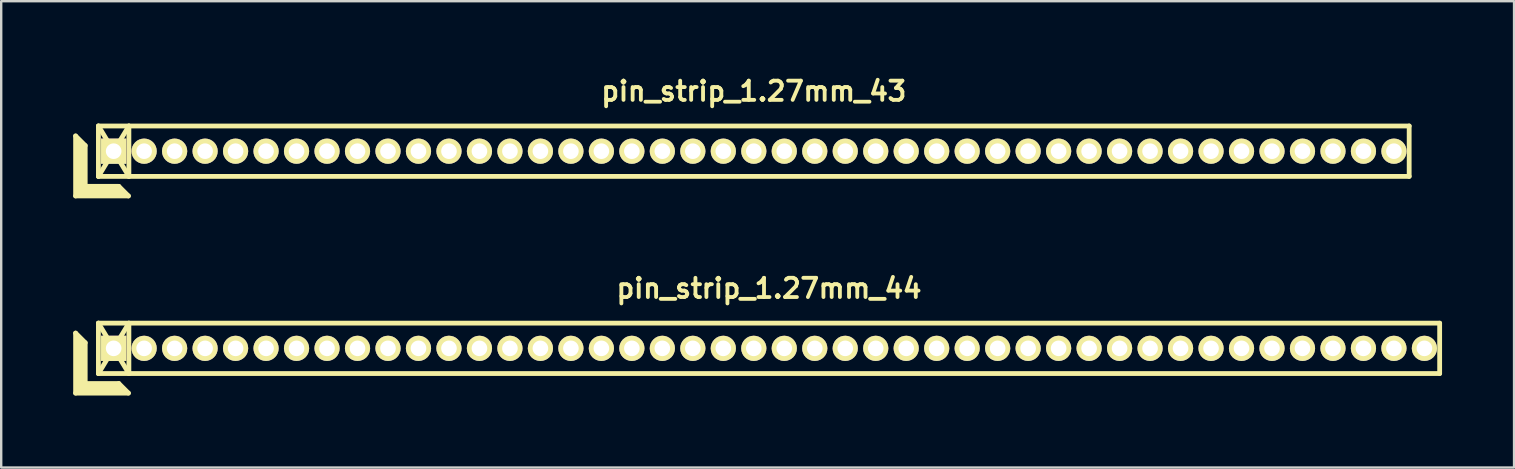
<source format=kicad_pcb>
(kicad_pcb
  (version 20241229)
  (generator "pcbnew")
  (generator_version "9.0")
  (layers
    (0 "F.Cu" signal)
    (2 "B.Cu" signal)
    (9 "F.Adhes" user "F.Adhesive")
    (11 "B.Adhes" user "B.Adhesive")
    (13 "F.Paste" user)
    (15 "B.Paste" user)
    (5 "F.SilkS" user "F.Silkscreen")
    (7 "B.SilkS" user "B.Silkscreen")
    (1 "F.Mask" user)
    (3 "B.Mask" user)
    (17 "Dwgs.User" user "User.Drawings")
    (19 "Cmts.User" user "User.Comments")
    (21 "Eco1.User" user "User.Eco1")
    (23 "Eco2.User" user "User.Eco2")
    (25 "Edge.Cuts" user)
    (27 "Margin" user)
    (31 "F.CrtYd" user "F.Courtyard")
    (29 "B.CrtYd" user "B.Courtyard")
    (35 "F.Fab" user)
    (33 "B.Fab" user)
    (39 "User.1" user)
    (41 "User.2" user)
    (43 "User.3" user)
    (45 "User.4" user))
  (footprint "pin_strip_1.27mm_43"
    (layer "F.Cu")
    (at 28.355 3.249)
    (property "Reference" "pin_strip_1.27mm_43" (at 0 -2.5 0) (layer "F.SilkS") (effects (font (size 0.8 0.8) (thickness 0.16))))
    (attr through_hole)
    (fp_line (start -28.255 -0.635) (end -28.255 1.865) (stroke (width 0.2) (type solid)) (layer "F.SilkS"))
    (fp_line (start -28.255 -0.635) (end -27.855 -0.235) (stroke (width 0.2) (type solid)) (layer "F.SilkS"))
    (fp_line (start -28.255 1.865) (end -26.055 1.865) (stroke (width 0.2) (type solid)) (layer "F.SilkS"))
    (fp_line (start -28.155 1.765) (end -28.155 -0.435) (stroke (width 0.2) (type solid)) (layer "F.SilkS"))
    (fp_line (start -28.155 1.765) (end -26.255 1.765) (stroke (width 0.2) (type solid)) (layer "F.SilkS"))
    (fp_line (start -28.055 1.665) (end -28.055 -0.335) (stroke (width 0.2) (type solid)) (layer "F.SilkS"))
    (fp_line (start -28.055 1.665) (end -26.355 1.665) (stroke (width 0.2) (type solid)) (layer "F.SilkS"))
    (fp_line (start -27.955 1.565) (end -27.955 -0.235) (stroke (width 0.2) (type solid)) (layer "F.SilkS"))
    (fp_line (start -27.955 1.565) (end -26.455 1.565) (stroke (width 0.2) (type solid)) (layer "F.SilkS"))
    (fp_line (start -27.855 1.465) (end -27.855 -0.235) (stroke (width 0.2) (type solid)) (layer "F.SilkS"))
    (fp_line (start -27.855 1.465) (end -26.455 1.465) (stroke (width 0.2) (type solid)) (layer "F.SilkS"))
    (fp_line (start -27.305 -1.05) (end -26.035 1.05) (stroke (width 0.2) (type solid)) (layer "F.SilkS"))
    (fp_line (start -27.305 -1.05) (end 27.305 -1.05) (stroke (width 0.2) (type solid)) (layer "F.SilkS"))
    (fp_line (start -27.305 1.05) (end -27.305 -1.05) (stroke (width 0.2) (type solid)) (layer "F.SilkS"))
    (fp_line (start -27.305 1.05) (end -26.035 -1.05) (stroke (width 0.2) (type solid)) (layer "F.SilkS"))
    (fp_line (start -26.455 1.465) (end -26.055 1.865) (stroke (width 0.2) (type solid)) (layer "F.SilkS"))
    (fp_line (start -26.035 -1.05) (end -26.035 1.05) (stroke (width 0.2) (type solid)) (layer "F.SilkS"))
    (fp_line (start 27.305 -1.05) (end 27.305 1.05) (stroke (width 0.2) (type solid)) (layer "F.SilkS"))
    (fp_line (start 27.305 1.05) (end -27.305 1.05) (stroke (width 0.2) (type solid)) (layer "F.SilkS"))
    (pad "1" thru_hole rect (at -26.67 0) (size 1.05 1.05) (drill 0.65) (layers "*.Cu" "*.Mask" "F.SilkS"))
    (pad "2" thru_hole oval (at -25.4 0) (size 1.05 1.05) (drill 0.65) (layers "*.Cu" "*.Mask" "F.SilkS"))
    (pad "3" thru_hole oval (at -24.13 0) (size 1.05 1.05) (drill 0.65) (layers "*.Cu" "*.Mask" "F.SilkS"))
    (pad "4" thru_hole oval (at -22.86 0) (size 1.05 1.05) (drill 0.65) (layers "*.Cu" "*.Mask" "F.SilkS"))
    (pad "5" thru_hole oval (at -21.59 0) (size 1.05 1.05) (drill 0.65) (layers "*.Cu" "*.Mask" "F.SilkS"))
    (pad "6" thru_hole oval (at -20.32 0) (size 1.05 1.05) (drill 0.65) (layers "*.Cu" "*.Mask" "F.SilkS"))
    (pad "7" thru_hole oval (at -19.05 0) (size 1.05 1.05) (drill 0.65) (layers "*.Cu" "*.Mask" "F.SilkS"))
    (pad "8" thru_hole oval (at -17.78 0) (size 1.05 1.05) (drill 0.65) (layers "*.Cu" "*.Mask" "F.SilkS"))
    (pad "9" thru_hole oval (at -16.51 0) (size 1.05 1.05) (drill 0.65) (layers "*.Cu" "*.Mask" "F.SilkS"))
    (pad "10" thru_hole oval (at -15.24 0) (size 1.05 1.05) (drill 0.65) (layers "*.Cu" "*.Mask" "F.SilkS"))
    (pad "11" thru_hole oval (at -13.97 0) (size 1.05 1.05) (drill 0.65) (layers "*.Cu" "*.Mask" "F.SilkS"))
    (pad "12" thru_hole oval (at -12.7 0) (size 1.05 1.05) (drill 0.65) (layers "*.Cu" "*.Mask" "F.SilkS"))
    (pad "13" thru_hole oval (at -11.43 0) (size 1.05 1.05) (drill 0.65) (layers "*.Cu" "*.Mask" "F.SilkS"))
    (pad "14" thru_hole oval (at -10.16 0) (size 1.05 1.05) (drill 0.65) (layers "*.Cu" "*.Mask" "F.SilkS"))
    (pad "15" thru_hole oval (at -8.89 0) (size 1.05 1.05) (drill 0.65) (layers "*.Cu" "*.Mask" "F.SilkS"))
    (pad "16" thru_hole oval (at -7.62 0) (size 1.05 1.05) (drill 0.65) (layers "*.Cu" "*.Mask" "F.SilkS"))
    (pad "17" thru_hole oval (at -6.35 0) (size 1.05 1.05) (drill 0.65) (layers "*.Cu" "*.Mask" "F.SilkS"))
    (pad "18" thru_hole oval (at -5.08 0) (size 1.05 1.05) (drill 0.65) (layers "*.Cu" "*.Mask" "F.SilkS"))
    (pad "19" thru_hole oval (at -3.81 0) (size 1.05 1.05) (drill 0.65) (layers "*.Cu" "*.Mask" "F.SilkS"))
    (pad "20" thru_hole oval (at -2.54 0) (size 1.05 1.05) (drill 0.65) (layers "*.Cu" "*.Mask" "F.SilkS"))
    (pad "21" thru_hole oval (at -1.27 0) (size 1.05 1.05) (drill 0.65) (layers "*.Cu" "*.Mask" "F.SilkS"))
    (pad "22" thru_hole oval (at 0 0) (size 1.05 1.05) (drill 0.65) (layers "*.Cu" "*.Mask" "F.SilkS"))
    (pad "23" thru_hole oval (at 1.27 0) (size 1.05 1.05) (drill 0.65) (layers "*.Cu" "*.Mask" "F.SilkS"))
    (pad "24" thru_hole oval (at 2.54 0) (size 1.05 1.05) (drill 0.65) (layers "*.Cu" "*.Mask" "F.SilkS"))
    (pad "25" thru_hole oval (at 3.81 0) (size 1.05 1.05) (drill 0.65) (layers "*.Cu" "*.Mask" "F.SilkS"))
    (pad "26" thru_hole oval (at 5.08 0) (size 1.05 1.05) (drill 0.65) (layers "*.Cu" "*.Mask" "F.SilkS"))
    (pad "27" thru_hole oval (at 6.35 0) (size 1.05 1.05) (drill 0.65) (layers "*.Cu" "*.Mask" "F.SilkS"))
    (pad "28" thru_hole oval (at 7.62 0) (size 1.05 1.05) (drill 0.65) (layers "*.Cu" "*.Mask" "F.SilkS"))
    (pad "29" thru_hole oval (at 8.89 0) (size 1.05 1.05) (drill 0.65) (layers "*.Cu" "*.Mask" "F.SilkS"))
    (pad "30" thru_hole oval (at 10.16 0) (size 1.05 1.05) (drill 0.65) (layers "*.Cu" "*.Mask" "F.SilkS"))
    (pad "31" thru_hole oval (at 11.43 0) (size 1.05 1.05) (drill 0.65) (layers "*.Cu" "*.Mask" "F.SilkS"))
    (pad "32" thru_hole oval (at 12.7 0) (size 1.05 1.05) (drill 0.65) (layers "*.Cu" "*.Mask" "F.SilkS"))
    (pad "33" thru_hole oval (at 13.97 0) (size 1.05 1.05) (drill 0.65) (layers "*.Cu" "*.Mask" "F.SilkS"))
    (pad "34" thru_hole oval (at 15.24 0) (size 1.05 1.05) (drill 0.65) (layers "*.Cu" "*.Mask" "F.SilkS"))
    (pad "35" thru_hole oval (at 16.51 0) (size 1.05 1.05) (drill 0.65) (layers "*.Cu" "*.Mask" "F.SilkS"))
    (pad "36" thru_hole oval (at 17.78 0) (size 1.05 1.05) (drill 0.65) (layers "*.Cu" "*.Mask" "F.SilkS"))
    (pad "37" thru_hole oval (at 19.05 0) (size 1.05 1.05) (drill 0.65) (layers "*.Cu" "*.Mask" "F.SilkS"))
    (pad "38" thru_hole oval (at 20.32 0) (size 1.05 1.05) (drill 0.65) (layers "*.Cu" "*.Mask" "F.SilkS"))
    (pad "39" thru_hole oval (at 21.59 0) (size 1.05 1.05) (drill 0.65) (layers "*.Cu" "*.Mask" "F.SilkS"))
    (pad "40" thru_hole oval (at 22.86 0) (size 1.05 1.05) (drill 0.65) (layers "*.Cu" "*.Mask" "F.SilkS"))
    (pad "41" thru_hole oval (at 24.13 0) (size 1.05 1.05) (drill 0.65) (layers "*.Cu" "*.Mask" "F.SilkS"))
    (pad "42" thru_hole oval (at 25.4 0) (size 1.05 1.05) (drill 0.65) (layers "*.Cu" "*.Mask" "F.SilkS"))
    (pad "43" thru_hole oval (at 26.67 0) (size 1.05 1.05) (drill 0.65) (layers "*.Cu" "*.Mask" "F.SilkS")))
  (footprint "pin_strip_1.27mm_44"
    (layer "F.Cu")
    (at 28.99 11.463)
    (property "Reference" "pin_strip_1.27mm_44" (at 0 -2.5 0) (layer "F.SilkS") (effects (font (size 0.8 0.8) (thickness 0.16))))
    (attr through_hole)
    (fp_line (start -28.89 -0.635) (end -28.89 1.865) (stroke (width 0.2) (type solid)) (layer "F.SilkS"))
    (fp_line (start -28.89 -0.635) (end -28.49 -0.235) (stroke (width 0.2) (type solid)) (layer "F.SilkS"))
    (fp_line (start -28.89 1.865) (end -26.69 1.865) (stroke (width 0.2) (type solid)) (layer "F.SilkS"))
    (fp_line (start -28.79 1.765) (end -28.79 -0.435) (stroke (width 0.2) (type solid)) (layer "F.SilkS"))
    (fp_line (start -28.79 1.765) (end -26.89 1.765) (stroke (width 0.2) (type solid)) (layer "F.SilkS"))
    (fp_line (start -28.69 1.665) (end -28.69 -0.335) (stroke (width 0.2) (type solid)) (layer "F.SilkS"))
    (fp_line (start -28.69 1.665) (end -26.99 1.665) (stroke (width 0.2) (type solid)) (layer "F.SilkS"))
    (fp_line (start -28.59 1.565) (end -28.59 -0.235) (stroke (width 0.2) (type solid)) (layer "F.SilkS"))
    (fp_line (start -28.59 1.565) (end -27.09 1.565) (stroke (width 0.2) (type solid)) (layer "F.SilkS"))
    (fp_line (start -28.49 1.465) (end -28.49 -0.235) (stroke (width 0.2) (type solid)) (layer "F.SilkS"))
    (fp_line (start -28.49 1.465) (end -27.09 1.465) (stroke (width 0.2) (type solid)) (layer "F.SilkS"))
    (fp_line (start -27.94 -1.05) (end -26.67 1.05) (stroke (width 0.2) (type solid)) (layer "F.SilkS"))
    (fp_line (start -27.94 -1.05) (end 27.94 -1.05) (stroke (width 0.2) (type solid)) (layer "F.SilkS"))
    (fp_line (start -27.94 1.05) (end -27.94 -1.05) (stroke (width 0.2) (type solid)) (layer "F.SilkS"))
    (fp_line (start -27.94 1.05) (end -26.67 -1.05) (stroke (width 0.2) (type solid)) (layer "F.SilkS"))
    (fp_line (start -27.09 1.465) (end -26.69 1.865) (stroke (width 0.2) (type solid)) (layer "F.SilkS"))
    (fp_line (start -26.67 -1.05) (end -26.67 1.05) (stroke (width 0.2) (type solid)) (layer "F.SilkS"))
    (fp_line (start 27.94 -1.05) (end 27.94 1.05) (stroke (width 0.2) (type solid)) (layer "F.SilkS"))
    (fp_line (start 27.94 1.05) (end -27.94 1.05) (stroke (width 0.2) (type solid)) (layer "F.SilkS"))
    (pad "1" thru_hole rect (at -27.305 0) (size 1.05 1.05) (drill 0.65) (layers "*.Cu" "*.Mask" "F.SilkS"))
    (pad "2" thru_hole oval (at -26.035 0) (size 1.05 1.05) (drill 0.65) (layers "*.Cu" "*.Mask" "F.SilkS"))
    (pad "3" thru_hole oval (at -24.765 0) (size 1.05 1.05) (drill 0.65) (layers "*.Cu" "*.Mask" "F.SilkS"))
    (pad "4" thru_hole oval (at -23.495 0) (size 1.05 1.05) (drill 0.65) (layers "*.Cu" "*.Mask" "F.SilkS"))
    (pad "5" thru_hole oval (at -22.225 0) (size 1.05 1.05) (drill 0.65) (layers "*.Cu" "*.Mask" "F.SilkS"))
    (pad "6" thru_hole oval (at -20.955 0) (size 1.05 1.05) (drill 0.65) (layers "*.Cu" "*.Mask" "F.SilkS"))
    (pad "7" thru_hole oval (at -19.685 0) (size 1.05 1.05) (drill 0.65) (layers "*.Cu" "*.Mask" "F.SilkS"))
    (pad "8" thru_hole oval (at -18.415 0) (size 1.05 1.05) (drill 0.65) (layers "*.Cu" "*.Mask" "F.SilkS"))
    (pad "9" thru_hole oval (at -17.145 0) (size 1.05 1.05) (drill 0.65) (layers "*.Cu" "*.Mask" "F.SilkS"))
    (pad "10" thru_hole oval (at -15.875 0) (size 1.05 1.05) (drill 0.65) (layers "*.Cu" "*.Mask" "F.SilkS"))
    (pad "11" thru_hole oval (at -14.605 0) (size 1.05 1.05) (drill 0.65) (layers "*.Cu" "*.Mask" "F.SilkS"))
    (pad "12" thru_hole oval (at -13.335 0) (size 1.05 1.05) (drill 0.65) (layers "*.Cu" "*.Mask" "F.SilkS"))
    (pad "13" thru_hole oval (at -12.065 0) (size 1.05 1.05) (drill 0.65) (layers "*.Cu" "*.Mask" "F.SilkS"))
    (pad "14" thru_hole oval (at -10.795 0) (size 1.05 1.05) (drill 0.65) (layers "*.Cu" "*.Mask" "F.SilkS"))
    (pad "15" thru_hole oval (at -9.525 0) (size 1.05 1.05) (drill 0.65) (layers "*.Cu" "*.Mask" "F.SilkS"))
    (pad "16" thru_hole oval (at -8.255 0) (size 1.05 1.05) (drill 0.65) (layers "*.Cu" "*.Mask" "F.SilkS"))
    (pad "17" thru_hole oval (at -6.985 0) (size 1.05 1.05) (drill 0.65) (layers "*.Cu" "*.Mask" "F.SilkS"))
    (pad "18" thru_hole oval (at -5.715 0) (size 1.05 1.05) (drill 0.65) (layers "*.Cu" "*.Mask" "F.SilkS"))
    (pad "19" thru_hole oval (at -4.445 0) (size 1.05 1.05) (drill 0.65) (layers "*.Cu" "*.Mask" "F.SilkS"))
    (pad "20" thru_hole oval (at -3.175 0) (size 1.05 1.05) (drill 0.65) (layers "*.Cu" "*.Mask" "F.SilkS"))
    (pad "21" thru_hole oval (at -1.905 0) (size 1.05 1.05) (drill 0.65) (layers "*.Cu" "*.Mask" "F.SilkS"))
    (pad "22" thru_hole oval (at -0.635 0) (size 1.05 1.05) (drill 0.65) (layers "*.Cu" "*.Mask" "F.SilkS"))
    (pad "23" thru_hole oval (at 0.635 0) (size 1.05 1.05) (drill 0.65) (layers "*.Cu" "*.Mask" "F.SilkS"))
    (pad "24" thru_hole oval (at 1.905 0) (size 1.05 1.05) (drill 0.65) (layers "*.Cu" "*.Mask" "F.SilkS"))
    (pad "25" thru_hole oval (at 3.175 0) (size 1.05 1.05) (drill 0.65) (layers "*.Cu" "*.Mask" "F.SilkS"))
    (pad "26" thru_hole oval (at 4.445 0) (size 1.05 1.05) (drill 0.65) (layers "*.Cu" "*.Mask" "F.SilkS"))
    (pad "27" thru_hole oval (at 5.715 0) (size 1.05 1.05) (drill 0.65) (layers "*.Cu" "*.Mask" "F.SilkS"))
    (pad "28" thru_hole oval (at 6.985 0) (size 1.05 1.05) (drill 0.65) (layers "*.Cu" "*.Mask" "F.SilkS"))
    (pad "29" thru_hole oval (at 8.255 0) (size 1.05 1.05) (drill 0.65) (layers "*.Cu" "*.Mask" "F.SilkS"))
    (pad "30" thru_hole oval (at 9.525 0) (size 1.05 1.05) (drill 0.65) (layers "*.Cu" "*.Mask" "F.SilkS"))
    (pad "31" thru_hole oval (at 10.795 0) (size 1.05 1.05) (drill 0.65) (layers "*.Cu" "*.Mask" "F.SilkS"))
    (pad "32" thru_hole oval (at 12.065 0) (size 1.05 1.05) (drill 0.65) (layers "*.Cu" "*.Mask" "F.SilkS"))
    (pad "33" thru_hole oval (at 13.335 0) (size 1.05 1.05) (drill 0.65) (layers "*.Cu" "*.Mask" "F.SilkS"))
    (pad "34" thru_hole oval (at 14.605 0) (size 1.05 1.05) (drill 0.65) (layers "*.Cu" "*.Mask" "F.SilkS"))
    (pad "35" thru_hole oval (at 15.875 0) (size 1.05 1.05) (drill 0.65) (layers "*.Cu" "*.Mask" "F.SilkS"))
    (pad "36" thru_hole oval (at 17.145 0) (size 1.05 1.05) (drill 0.65) (layers "*.Cu" "*.Mask" "F.SilkS"))
    (pad "37" thru_hole oval (at 18.415 0) (size 1.05 1.05) (drill 0.65) (layers "*.Cu" "*.Mask" "F.SilkS"))
    (pad "38" thru_hole oval (at 19.685 0) (size 1.05 1.05) (drill 0.65) (layers "*.Cu" "*.Mask" "F.SilkS"))
    (pad "39" thru_hole oval (at 20.955 0) (size 1.05 1.05) (drill 0.65) (layers "*.Cu" "*.Mask" "F.SilkS"))
    (pad "40" thru_hole oval (at 22.225 0) (size 1.05 1.05) (drill 0.65) (layers "*.Cu" "*.Mask" "F.SilkS"))
    (pad "41" thru_hole oval (at 23.495 0) (size 1.05 1.05) (drill 0.65) (layers "*.Cu" "*.Mask" "F.SilkS"))
    (pad "42" thru_hole oval (at 24.765 0) (size 1.05 1.05) (drill 0.65) (layers "*.Cu" "*.Mask" "F.SilkS"))
    (pad "43" thru_hole oval (at 26.035 0) (size 1.05 1.05) (drill 0.65) (layers "*.Cu" "*.Mask" "F.SilkS"))
    (pad "44" thru_hole oval (at 27.305 0) (size 1.05 1.05) (drill 0.65) (layers "*.Cu" "*.Mask" "F.SilkS")))
  (gr_rect
    (start -3 -3)
    (end 60.03 16.428)
    (stroke (width 0.1) (type default))
    (fill no)
    (layer "Edge.Cuts")))
</source>
